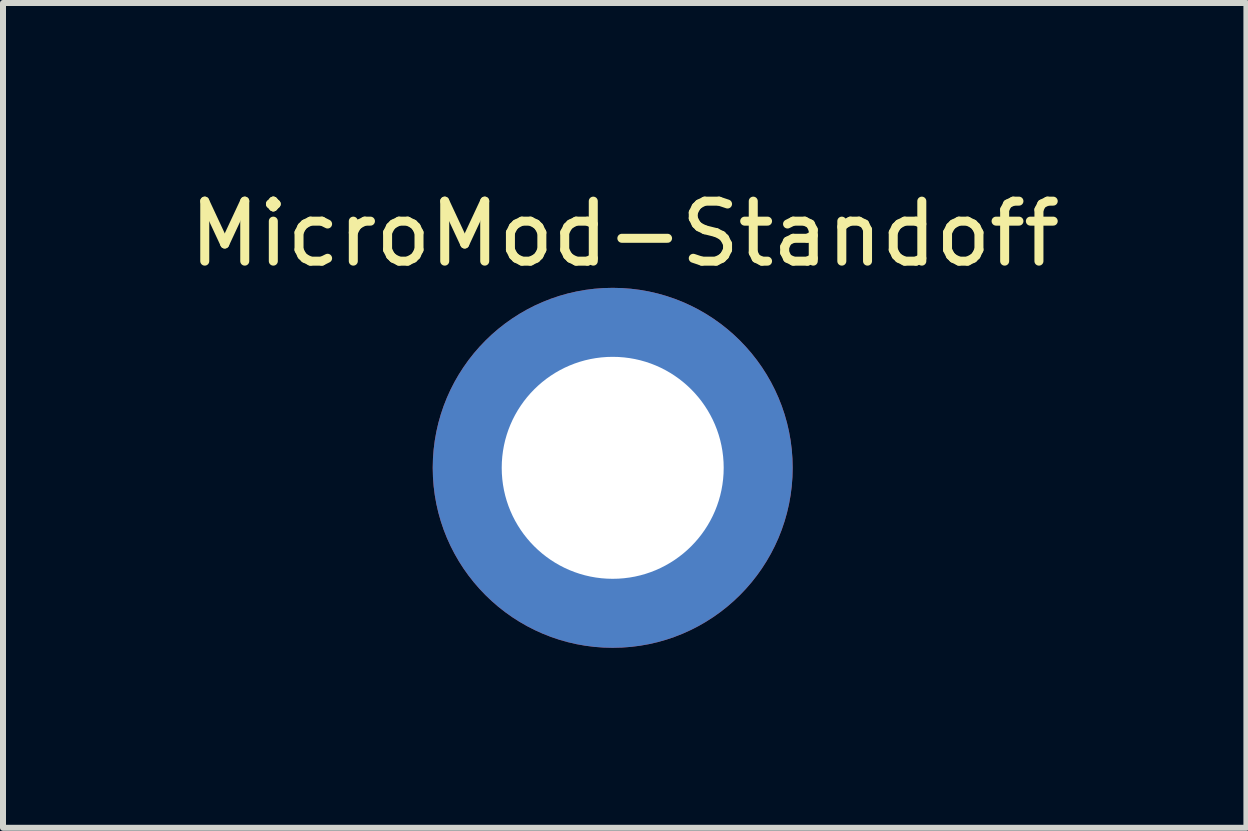
<source format=kicad_pcb>
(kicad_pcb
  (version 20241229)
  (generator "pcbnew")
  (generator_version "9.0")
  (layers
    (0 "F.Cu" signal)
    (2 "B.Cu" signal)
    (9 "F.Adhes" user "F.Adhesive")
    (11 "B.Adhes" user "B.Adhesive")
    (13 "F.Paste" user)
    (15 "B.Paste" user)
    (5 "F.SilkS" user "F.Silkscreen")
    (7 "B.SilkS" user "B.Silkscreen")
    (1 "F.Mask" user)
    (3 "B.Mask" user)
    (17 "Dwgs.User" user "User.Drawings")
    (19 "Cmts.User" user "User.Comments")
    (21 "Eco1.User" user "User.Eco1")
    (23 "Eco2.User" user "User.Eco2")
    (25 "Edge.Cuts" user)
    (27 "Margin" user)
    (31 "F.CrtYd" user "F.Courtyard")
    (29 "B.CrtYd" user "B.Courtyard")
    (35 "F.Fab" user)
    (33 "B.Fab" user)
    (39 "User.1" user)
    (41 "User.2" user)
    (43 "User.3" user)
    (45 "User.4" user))
  (footprint "MicroMod-Standoff"
    (layer "F.Cu")
    (at 7.163 4.748)
    (property "Reference" "MicroMod-Standoff" (at 0.2 -3.9 0) (layer "F.SilkS") (effects (font (size 1 1) (thickness 0.15))))
    (attr through_hole)
    (pad "" np_thru_hole circle (at 0 0) (size 6 6) (drill 3.7) (layers "*.Cu" "*.Mask"))
    (pad "GND" thru_hole circle (at 0 0) (size 1.524 1.524) (drill 0.762) (layers "*.Cu" "*.Mask")))
  (gr_rect
    (start -3 -3)
    (end 17.726 10.748)
    (stroke (width 0.1) (type default))
    (fill no)
    (layer "Edge.Cuts")))
</source>
